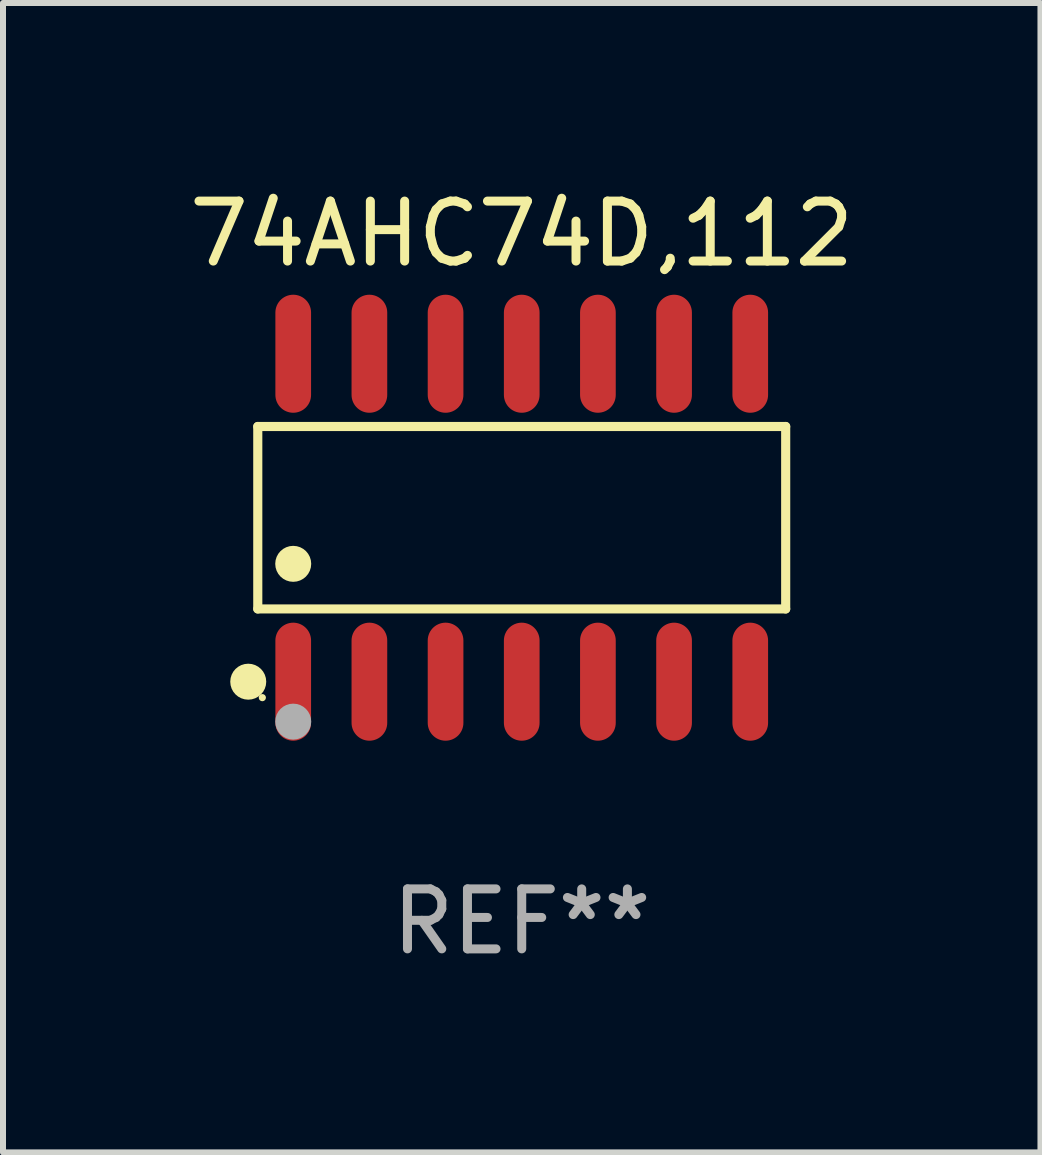
<source format=kicad_pcb>
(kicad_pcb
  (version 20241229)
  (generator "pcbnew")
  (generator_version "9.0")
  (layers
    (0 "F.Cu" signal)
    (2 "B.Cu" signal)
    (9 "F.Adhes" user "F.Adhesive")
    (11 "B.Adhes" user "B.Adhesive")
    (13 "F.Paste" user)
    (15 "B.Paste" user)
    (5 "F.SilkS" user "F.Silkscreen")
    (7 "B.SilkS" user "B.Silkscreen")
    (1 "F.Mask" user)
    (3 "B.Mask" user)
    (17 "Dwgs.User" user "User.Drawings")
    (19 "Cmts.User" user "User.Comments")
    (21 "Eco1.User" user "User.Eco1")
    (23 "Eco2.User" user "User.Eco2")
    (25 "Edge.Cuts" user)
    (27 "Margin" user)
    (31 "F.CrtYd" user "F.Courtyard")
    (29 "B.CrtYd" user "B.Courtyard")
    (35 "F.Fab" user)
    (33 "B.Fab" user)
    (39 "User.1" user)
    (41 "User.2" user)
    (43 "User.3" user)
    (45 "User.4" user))
  (footprint "74AHC74D,112"
    (layer "F.Cu")
    (at 5.649 5.582)
    (property "Reference" "74AHC74D,112" (at 0 -4.734 0) (layer "F.SilkS") (effects (font (size 1 1) (thickness 0.15))))
    (attr through_hole)
    (fp_line (start -4.401 -1.521) (end 4.401 -1.521) (stroke (width 0.152) (type solid)) (layer "F.SilkS"))
    (fp_line (start -4.401 1.521) (end -4.401 -1.521) (stroke (width 0.152) (type solid)) (layer "F.SilkS"))
    (fp_line (start 4.401 -1.521) (end 4.401 1.521) (stroke (width 0.152) (type solid)) (layer "F.SilkS"))
    (fp_line (start 4.401 1.521) (end -4.401 1.521) (stroke (width 0.152) (type solid)) (layer "F.SilkS"))
    (fp_circle (center -4.56 2.734) (end -4.41 2.734) (stroke (width 0.3) (type solid)) (fill no) (layer "F.SilkS"))
    (fp_circle (center -4.325 3) (end -4.295 3) (stroke (width 0.06) (type solid)) (fill no) (layer "F.SilkS"))
    (fp_circle (center -3.81 0.769) (end -3.66 0.769) (stroke (width 0.3) (type solid)) (fill no) (layer "F.SilkS"))
    (fp_circle (center -3.81 3.4) (end -3.66 3.4) (stroke (width 0.3) (type solid)) (fill no) (layer "F.Fab"))
    (fp_text user "REF**" (at 0 6.734 0) (layer "F.Fab") (effects (font (size 1 1) (thickness 0.15))))
    (pad "1" smd oval (at -3.81 2.734) (size 0.595 1.968) (layers "F.Cu" "F.Mask" "F.Paste"))
    (pad "2" smd oval (at -2.54 2.734) (size 0.595 1.968) (layers "F.Cu" "F.Mask" "F.Paste"))
    (pad "3" smd oval (at -1.27 2.734) (size 0.595 1.968) (layers "F.Cu" "F.Mask" "F.Paste"))
    (pad "4" smd oval (at 0 2.734) (size 0.595 1.968) (layers "F.Cu" "F.Mask" "F.Paste"))
    (pad "5" smd oval (at 1.27 2.734) (size 0.595 1.968) (layers "F.Cu" "F.Mask" "F.Paste"))
    (pad "6" smd oval (at 2.54 2.734) (size 0.595 1.968) (layers "F.Cu" "F.Mask" "F.Paste"))
    (pad "7" smd oval (at 3.81 2.734) (size 0.595 1.968) (layers "F.Cu" "F.Mask" "F.Paste"))
    (pad "8" smd oval (at 3.81 -2.734) (size 0.595 1.968) (layers "F.Cu" "F.Mask" "F.Paste"))
    (pad "9" smd oval (at 2.54 -2.734) (size 0.595 1.968) (layers "F.Cu" "F.Mask" "F.Paste"))
    (pad "10" smd oval (at 1.27 -2.734) (size 0.595 1.968) (layers "F.Cu" "F.Mask" "F.Paste"))
    (pad "11" smd oval (at 0 -2.734) (size 0.595 1.968) (layers "F.Cu" "F.Mask" "F.Paste"))
    (pad "12" smd oval (at -1.27 -2.734) (size 0.595 1.968) (layers "F.Cu" "F.Mask" "F.Paste"))
    (pad "13" smd oval (at -2.54 -2.734) (size 0.595 1.968) (layers "F.Cu" "F.Mask" "F.Paste"))
    (pad "14" smd oval (at -3.81 -2.734) (size 0.595 1.968) (layers "F.Cu" "F.Mask" "F.Paste")))
  (gr_rect
    (start -3 -3)
    (end 14.298 16.164)
    (stroke (width 0.1) (type default))
    (fill no)
    (layer "Edge.Cuts")))
</source>
